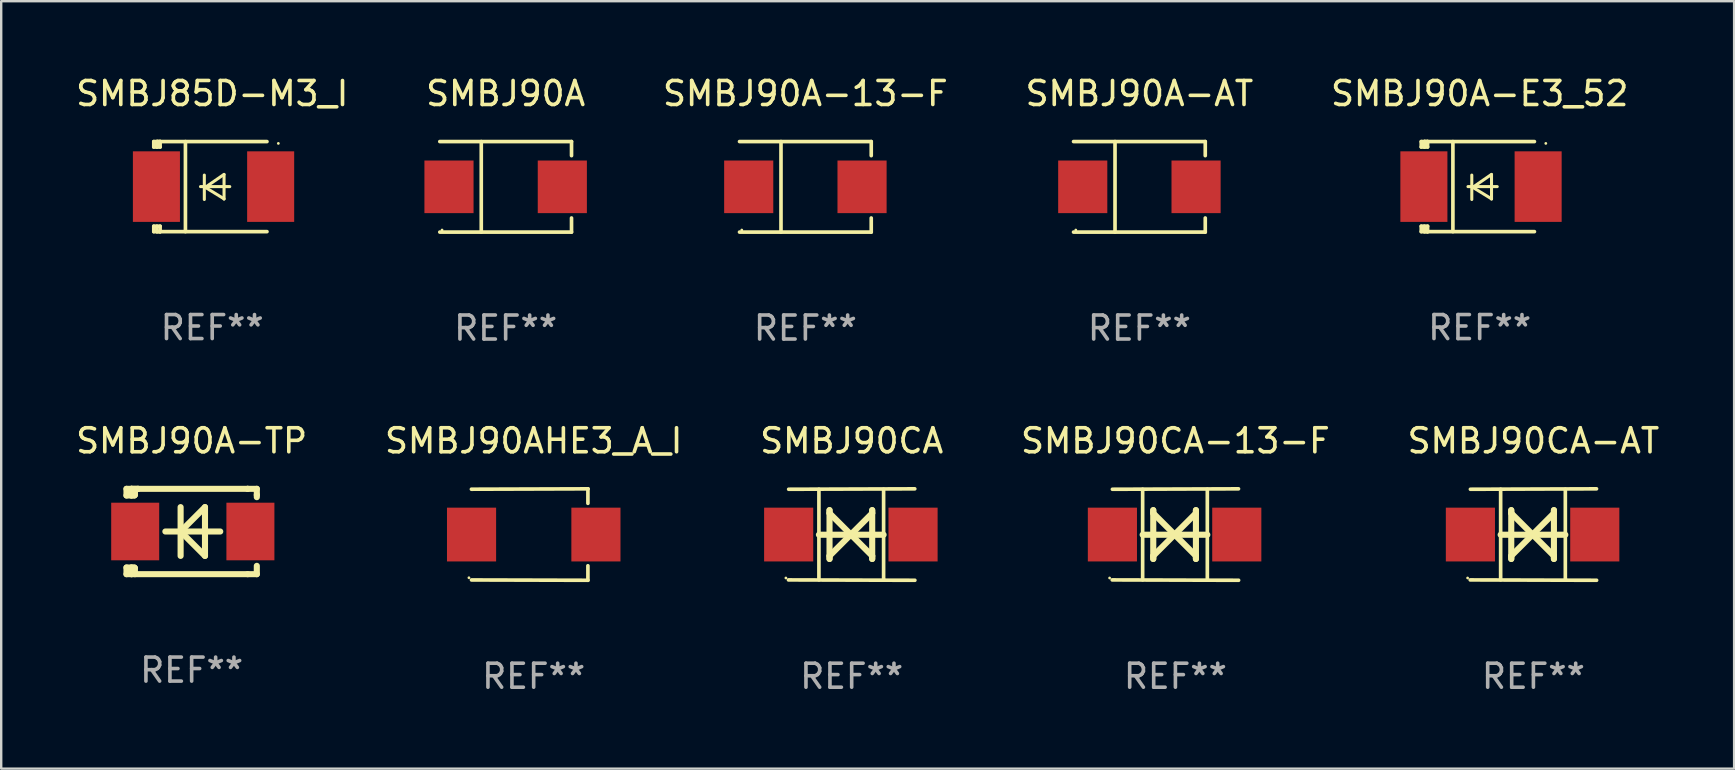
<source format=kicad_pcb>
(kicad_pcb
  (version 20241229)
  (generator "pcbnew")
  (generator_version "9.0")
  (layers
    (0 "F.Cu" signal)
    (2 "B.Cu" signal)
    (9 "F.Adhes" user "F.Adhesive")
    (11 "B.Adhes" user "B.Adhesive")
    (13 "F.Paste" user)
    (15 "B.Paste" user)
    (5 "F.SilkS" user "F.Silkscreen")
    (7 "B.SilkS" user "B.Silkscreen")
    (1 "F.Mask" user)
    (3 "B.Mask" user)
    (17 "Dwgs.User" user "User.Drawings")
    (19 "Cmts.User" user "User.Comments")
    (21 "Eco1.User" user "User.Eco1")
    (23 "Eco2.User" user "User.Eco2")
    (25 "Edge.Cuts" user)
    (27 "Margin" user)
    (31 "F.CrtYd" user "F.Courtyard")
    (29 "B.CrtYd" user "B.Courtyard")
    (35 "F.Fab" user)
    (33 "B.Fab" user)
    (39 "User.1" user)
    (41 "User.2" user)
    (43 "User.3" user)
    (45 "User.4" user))
  (footprint "SMBJ90A-E3_52"
    (layer "F.Cu")
    (at 58.601 4.725)
    (property "Reference" "SMBJ90A-E3_52" (at 0 -3.876 0) (layer "F.SilkS") (effects (font (size 1 1) (thickness 0.15))))
    (attr through_hole)
    (fp_line (start -2.435 1.65) (end -2.171 1.65) (stroke (width 0.152) (type solid)) (layer "F.SilkS"))
    (fp_line (start -2.435 1.876) (end -2.435 1.65) (stroke (width 0.152) (type solid)) (layer "F.SilkS"))
    (fp_line (start -2.435 -1.876) (end -2.171 -1.876) (stroke (width 0.152) (type solid)) (layer "F.SilkS"))
    (fp_line (start -2.435 -1.65) (end -2.435 -1.876) (stroke (width 0.152) (type solid)) (layer "F.SilkS"))
    (fp_line (start -2.305 -1.866) (end -2.295 -1.876) (stroke (width 0.152) (type solid)) (layer "F.SilkS"))
    (fp_line (start -2.305 -1.65) (end -2.305 -1.866) (stroke (width 0.152) (type solid)) (layer "F.SilkS"))
    (fp_line (start -2.305 1.876) (end -2.305 1.65) (stroke (width 0.152) (type solid)) (layer "F.SilkS"))
    (fp_line (start -2.295 -1.876) (end -2.295 -1.65) (stroke (width 0.152) (type solid)) (layer "F.SilkS"))
    (fp_line (start -2.171 1.876) (end -2.435 1.876) (stroke (width 0.152) (type solid)) (layer "F.SilkS"))
    (fp_line (start -2.171 -1.65) (end -2.435 -1.65) (stroke (width 0.152) (type solid)) (layer "F.SilkS"))
    (fp_line (start -2.171 -1.876) (end -2.295 -1.876) (stroke (width 0.152) (type solid)) (layer "F.SilkS"))
    (fp_line (start -2.171 -1.65) (end -2.171 -1.876) (stroke (width 0.152) (type solid)) (layer "F.SilkS"))
    (fp_line (start -2.171 1.876) (end -2.305 1.876) (stroke (width 0.152) (type solid)) (layer "F.SilkS"))
    (fp_line (start -2.171 1.876) (end -2.171 1.65) (stroke (width 0.152) (type solid)) (layer "F.SilkS"))
    (fp_line (start -1.116 1.876) (end -1.116 -1.876) (stroke (width 0.152) (type solid)) (layer "F.SilkS"))
    (fp_line (start -0.488 0.000102) (end 0.731 0.000102) (stroke (width 0.127) (type solid)) (layer "F.SilkS"))
    (fp_line (start -0.329 -0.48) (end -0.329 0.536) (stroke (width 0.127) (type solid)) (layer "F.SilkS"))
    (fp_line (start -0.29 0.03) (end 0.493 0.51) (stroke (width 0.127) (type solid)) (layer "F.SilkS"))
    (fp_line (start 0.493 -0.51) (end -0.29 0.03) (stroke (width 0.127) (type solid)) (layer "F.SilkS"))
    (fp_line (start 0.493 0.52) (end 0.493 -0.496) (stroke (width 0.127) (type solid)) (layer "F.SilkS"))
    (fp_line (start 2.281 -1.876) (end -2.171 -1.876) (stroke (width 0.152) (type solid)) (layer "F.SilkS"))
    (fp_line (start 2.281 1.876) (end -2.171 1.876) (stroke (width 0.152) (type solid)) (layer "F.SilkS"))
    (fp_circle (center 2.755 -1.8) (end 2.785 -1.8) (stroke (width 0.06) (type solid)) (fill no) (layer "F.SilkS"))
    (fp_text user "REF**" (at 0 5.876 0) (layer "F.Fab") (effects (font (size 1 1) (thickness 0.15))))
    (pad "1" smd rect (at 2.435 -0.000025 180) (size 1.96 2.94) (layers "F.Cu" "F.Mask" "F.Paste"))
    (pad "2" smd rect (at -2.325 -0.000025 180) (size 1.96 2.94) (layers "F.Cu" "F.Mask" "F.Paste")))
  (footprint "SMBJ90A-AT"
    (layer "F.Cu")
    (at 44.423 4.734)
    (property "Reference" "SMBJ90A-AT" (at 0 -3.886 0) (layer "F.SilkS") (effects (font (size 1 1) (thickness 0.15))))
    (attr through_hole)
    (fp_line (start -2.744 -1.886) (end 2.744 -1.886) (stroke (width 0.152) (type solid)) (layer "F.SilkS"))
    (fp_line (start -2.744 1.886) (end 2.744 1.886) (stroke (width 0.152) (type solid)) (layer "F.SilkS"))
    (fp_line (start -1.016 -1.886) (end -1.016 1.886) (stroke (width 0.152) (type solid)) (layer "F.SilkS"))
    (fp_line (start 2.744 -1.886) (end 2.744 -1.299) (stroke (width 0.152) (type solid)) (layer "F.SilkS"))
    (fp_line (start 2.744 1.886) (end 2.744 1.299) (stroke (width 0.152) (type solid)) (layer "F.SilkS"))
    (fp_circle (center -2.65 1.8) (end -2.62 1.8) (stroke (width 0.06) (type solid)) (fill no) (layer "F.SilkS"))
    (fp_text user "REF**" (at 0 5.886 0) (layer "F.Fab") (effects (font (size 1 1) (thickness 0.15))))
    (pad "1" smd rect (at -2.361 0) (size 2.047 2.192) (layers "F.Cu" "F.Mask" "F.Paste"))
    (pad "2" smd rect (at 2.361 0) (size 2.047 2.192) (layers "F.Cu" "F.Mask" "F.Paste")))
  (footprint "SMBJ90A-TP"
    (layer "F.Cu")
    (at 4.935 19.095)
    (property "Reference" "SMBJ90A-TP" (at 0 -3.778 0) (layer "F.SilkS") (effects (font (size 1 1) (thickness 0.15))))
    (attr through_hole)
    (fp_line (start -2.715 -1.778) (end -2.715 -1.501) (stroke (width 0.254) (type solid)) (layer "F.SilkS"))
    (fp_line (start -2.715 -1.501) (end -2.505 -1.501) (stroke (width 0.254) (type solid)) (layer "F.SilkS"))
    (fp_line (start -2.715 1.501) (end -2.715 1.778) (stroke (width 0.254) (type solid)) (layer "F.SilkS"))
    (fp_line (start -2.715 1.501) (end -2.505 1.501) (stroke (width 0.254) (type solid)) (layer "F.SilkS"))
    (fp_line (start -2.715 1.778) (end -2.504 1.778) (stroke (width 0.254) (type solid)) (layer "F.SilkS"))
    (fp_line (start -2.505 -1.778) (end -2.715 -1.778) (stroke (width 0.254) (type solid)) (layer "F.SilkS"))
    (fp_line (start -2.505 -1.778) (end -2.238 -1.778) (stroke (width 0.254) (type solid)) (layer "F.SilkS"))
    (fp_line (start -2.505 -1.501) (end -2.505 -1.651) (stroke (width 0.254) (type solid)) (layer "F.SilkS"))
    (fp_line (start -2.505 -1.501) (end -2.388 -1.501) (stroke (width 0.254) (type solid)) (layer "F.SilkS"))
    (fp_line (start -2.505 1.501) (end -2.505 1.778) (stroke (width 0.254) (type solid)) (layer "F.SilkS"))
    (fp_line (start -2.505 1.501) (end -2.388 1.501) (stroke (width 0.254) (type solid)) (layer "F.SilkS"))
    (fp_line (start -2.388 1.501) (end -2.365 1.524) (stroke (width 0.254) (type solid)) (layer "F.SilkS"))
    (fp_line (start -2.388 -1.501) (end -2.365 -1.524) (stroke (width 0.254) (type solid)) (layer "F.SilkS"))
    (fp_line (start -2.365 -1.651) (end -2.505 -1.778) (stroke (width 0.254) (type solid)) (layer "F.SilkS"))
    (fp_line (start -2.365 -1.524) (end -2.365 -1.651) (stroke (width 0.254) (type solid)) (layer "F.SilkS"))
    (fp_line (start -2.365 1.524) (end -2.365 1.778) (stroke (width 0.254) (type solid)) (layer "F.SilkS"))
    (fp_line (start -2.239 -1.778) (end 2.333 -1.778) (stroke (width 0.254) (type solid)) (layer "F.SilkS"))
    (fp_line (start -2.238 -1.778) (end -2.505 -1.778) (stroke (width 0.254) (type solid)) (layer "F.SilkS"))
    (fp_line (start -1.095 0) (end 1.191 0) (stroke (width 0.254) (type solid)) (layer "F.SilkS"))
    (fp_line (start -0.46 -1.016) (end -0.46 1.016) (stroke (width 0.254) (type solid)) (layer "F.SilkS"))
    (fp_line (start -0.46 -0.000127) (end 0.556 1.016) (stroke (width 0.254) (type solid)) (layer "F.SilkS"))
    (fp_line (start 0.556 -1.016) (end 0.556 1.016) (stroke (width 0.254) (type solid)) (layer "F.SilkS"))
    (fp_line (start 0.556 -1.016) (end -0.46 -0.000127) (stroke (width 0.254) (type solid)) (layer "F.SilkS"))
    (fp_line (start 2.333 -1.778) (end 2.333 -1.778) (stroke (width 0.254) (type solid)) (layer "F.SilkS"))
    (fp_line (start 2.333 -1.778) (end 2.715 -1.778) (stroke (width 0.254) (type solid)) (layer "F.SilkS"))
    (fp_line (start 2.334 1.778) (end -2.504 1.778) (stroke (width 0.254) (type solid)) (layer "F.SilkS"))
    (fp_line (start 2.715 -1.778) (end 2.715 -1.524) (stroke (width 0.254) (type solid)) (layer "F.SilkS"))
    (fp_line (start 2.715 -1.524) (end 2.715 -1.431) (stroke (width 0.254) (type solid)) (layer "F.SilkS"))
    (fp_line (start 2.715 1.431) (end 2.715 1.778) (stroke (width 0.254) (type solid)) (layer "F.SilkS"))
    (fp_line (start 2.715 1.778) (end 2.334 1.778) (stroke (width 0.254) (type solid)) (layer "F.SilkS"))
    (fp_circle (center -2.602 1.8) (end -2.572 1.8) (stroke (width 0.06) (type solid)) (fill no) (layer "F.SilkS"))
    (fp_text user "REF**" (at 0 5.778 0) (layer "F.Fab") (effects (font (size 1 1) (thickness 0.15))))
    (pad "1" smd rect (at -2.352 -0.000076) (size 2 2.4) (layers "F.Cu" "F.Mask" "F.Paste"))
    (pad "2" smd rect (at 2.448 -0.000076) (size 2 2.4) (layers "F.Cu" "F.Mask" "F.Paste")))
  (footprint "SMBJ90CA-13-F"
    (layer "F.Cu")
    (at 45.923 19.222)
    (property "Reference" "SMBJ90CA-13-F" (at 0 -3.905 0) (layer "F.SilkS") (effects (font (size 1 1) (thickness 0.15))))
    (attr through_hole)
    (fp_line (start -1.365 1.886) (end -1.365 -1.886) (stroke (width 0.152) (type solid)) (layer "F.SilkS"))
    (fp_line (start -1.365 0.008) (end 1.33 0.008) (stroke (width 0.254) (type solid)) (layer "F.SilkS"))
    (fp_line (start -0.923 -1.016) (end -0.923 1.016) (stroke (width 0.254) (type solid)) (layer "F.SilkS"))
    (fp_line (start -0.923 -0.889) (end -0.923 -1.016) (stroke (width 0.254) (type solid)) (layer "F.SilkS"))
    (fp_line (start -0.923 0.889) (end -0.034 0) (stroke (width 0.254) (type solid)) (layer "F.SilkS"))
    (fp_line (start -0.923 1.016) (end -0.923 0.889) (stroke (width 0.254) (type solid)) (layer "F.SilkS"))
    (fp_line (start -0.034 0) (end -0.923 -0.889) (stroke (width 0.254) (type solid)) (layer "F.SilkS"))
    (fp_line (start -0.034 0) (end 0.855 0.889) (stroke (width 0.254) (type solid)) (layer "F.SilkS"))
    (fp_line (start 0.855 -1.016) (end 0.855 -0.889) (stroke (width 0.254) (type solid)) (layer "F.SilkS"))
    (fp_line (start 0.855 -0.889) (end -0.034 0) (stroke (width 0.254) (type solid)) (layer "F.SilkS"))
    (fp_line (start 0.855 0.889) (end 0.855 1.016) (stroke (width 0.254) (type solid)) (layer "F.SilkS"))
    (fp_line (start 0.855 1.016) (end 0.855 -1.016) (stroke (width 0.254) (type solid)) (layer "F.SilkS"))
    (fp_line (start 1.33 1.886) (end 1.33 -1.886) (stroke (width 0.152) (type solid)) (layer "F.SilkS"))
    (fp_line (start 2.629 -1.905) (end -2.625 -1.887) (stroke (width 0.152) (type solid)) (layer "F.SilkS"))
    (fp_line (start 2.633 1.905) (end -2.633 1.89) (stroke (width 0.152) (type solid)) (layer "F.SilkS"))
    (fp_circle (center -2.741 1.81) (end -2.711 1.81) (stroke (width 0.06) (type solid)) (fill no) (layer "F.SilkS"))
    (fp_text user "REF**" (at 0 5.905 0) (layer "F.Fab") (effects (font (size 1 1) (thickness 0.15))))
    (pad "1" smd rect (at -2.625 0) (size 2.047 2.241) (layers "F.Cu" "F.Mask" "F.Paste"))
    (pad "2" smd rect (at 2.557 0) (size 2.047 2.241) (layers "F.Cu" "F.Mask" "F.Paste")))
  (footprint "SMBJ90A-13-F"
    (layer "F.Cu")
    (at 30.506 4.734)
    (property "Reference" "SMBJ90A-13-F" (at 0 -3.886 0) (layer "F.SilkS") (effects (font (size 1 1) (thickness 0.15))))
    (attr through_hole)
    (fp_line (start -2.744 -1.886) (end 2.744 -1.886) (stroke (width 0.152) (type solid)) (layer "F.SilkS"))
    (fp_line (start -2.744 1.886) (end 2.744 1.886) (stroke (width 0.152) (type solid)) (layer "F.SilkS"))
    (fp_line (start -1.016 -1.886) (end -1.016 1.886) (stroke (width 0.152) (type solid)) (layer "F.SilkS"))
    (fp_line (start 2.744 -1.886) (end 2.744 -1.299) (stroke (width 0.152) (type solid)) (layer "F.SilkS"))
    (fp_line (start 2.744 1.886) (end 2.744 1.299) (stroke (width 0.152) (type solid)) (layer "F.SilkS"))
    (fp_circle (center -2.65 1.8) (end -2.62 1.8) (stroke (width 0.06) (type solid)) (fill no) (layer "F.SilkS"))
    (fp_text user "REF**" (at 0 5.886 0) (layer "F.Fab") (effects (font (size 1 1) (thickness 0.15))))
    (pad "1" smd rect (at -2.361 0) (size 2.047 2.192) (layers "F.Cu" "F.Mask" "F.Paste"))
    (pad "2" smd rect (at 2.361 0) (size 2.047 2.192) (layers "F.Cu" "F.Mask" "F.Paste")))
  (footprint "SMBJ90CA"
    (layer "F.Cu")
    (at 32.435 19.222)
    (property "Reference" "SMBJ90CA" (at 0 -3.905 0) (layer "F.SilkS") (effects (font (size 1 1) (thickness 0.15))))
    (attr through_hole)
    (fp_line (start -1.365 1.886) (end -1.365 -1.886) (stroke (width 0.152) (type solid)) (layer "F.SilkS"))
    (fp_line (start -1.365 0.008) (end 1.33 0.008) (stroke (width 0.254) (type solid)) (layer "F.SilkS"))
    (fp_line (start -0.923 -1.016) (end -0.923 1.016) (stroke (width 0.254) (type solid)) (layer "F.SilkS"))
    (fp_line (start -0.923 -0.889) (end -0.923 -1.016) (stroke (width 0.254) (type solid)) (layer "F.SilkS"))
    (fp_line (start -0.923 0.889) (end -0.034 0) (stroke (width 0.254) (type solid)) (layer "F.SilkS"))
    (fp_line (start -0.923 1.016) (end -0.923 0.889) (stroke (width 0.254) (type solid)) (layer "F.SilkS"))
    (fp_line (start -0.034 0) (end -0.923 -0.889) (stroke (width 0.254) (type solid)) (layer "F.SilkS"))
    (fp_line (start -0.034 0) (end 0.855 0.889) (stroke (width 0.254) (type solid)) (layer "F.SilkS"))
    (fp_line (start 0.855 -1.016) (end 0.855 -0.889) (stroke (width 0.254) (type solid)) (layer "F.SilkS"))
    (fp_line (start 0.855 -0.889) (end -0.034 0) (stroke (width 0.254) (type solid)) (layer "F.SilkS"))
    (fp_line (start 0.855 0.889) (end 0.855 1.016) (stroke (width 0.254) (type solid)) (layer "F.SilkS"))
    (fp_line (start 0.855 1.016) (end 0.855 -1.016) (stroke (width 0.254) (type solid)) (layer "F.SilkS"))
    (fp_line (start 1.33 1.886) (end 1.33 -1.886) (stroke (width 0.152) (type solid)) (layer "F.SilkS"))
    (fp_line (start 2.629 -1.905) (end -2.625 -1.887) (stroke (width 0.152) (type solid)) (layer "F.SilkS"))
    (fp_line (start 2.633 1.905) (end -2.633 1.89) (stroke (width 0.152) (type solid)) (layer "F.SilkS"))
    (fp_circle (center -2.741 1.81) (end -2.711 1.81) (stroke (width 0.06) (type solid)) (fill no) (layer "F.SilkS"))
    (fp_text user "REF**" (at 0 5.905 0) (layer "F.Fab") (effects (font (size 1 1) (thickness 0.15))))
    (pad "1" smd rect (at -2.625 0) (size 2.047 2.241) (layers "F.Cu" "F.Mask" "F.Paste"))
    (pad "2" smd rect (at 2.557 0) (size 2.047 2.241) (layers "F.Cu" "F.Mask" "F.Paste")))
  (footprint "SMBJ85D-M3_I"
    (layer "F.Cu")
    (at 5.792 4.725)
    (property "Reference" "SMBJ85D-M3_I" (at 0 -3.876 0) (layer "F.SilkS") (effects (font (size 1 1) (thickness 0.15))))
    (attr through_hole)
    (fp_line (start -2.435 1.65) (end -2.171 1.65) (stroke (width 0.152) (type solid)) (layer "F.SilkS"))
    (fp_line (start -2.435 1.876) (end -2.435 1.65) (stroke (width 0.152) (type solid)) (layer "F.SilkS"))
    (fp_line (start -2.435 -1.876) (end -2.171 -1.876) (stroke (width 0.152) (type solid)) (layer "F.SilkS"))
    (fp_line (start -2.435 -1.65) (end -2.435 -1.876) (stroke (width 0.152) (type solid)) (layer "F.SilkS"))
    (fp_line (start -2.305 -1.866) (end -2.295 -1.876) (stroke (width 0.152) (type solid)) (layer "F.SilkS"))
    (fp_line (start -2.305 -1.65) (end -2.305 -1.866) (stroke (width 0.152) (type solid)) (layer "F.SilkS"))
    (fp_line (start -2.305 1.876) (end -2.305 1.65) (stroke (width 0.152) (type solid)) (layer "F.SilkS"))
    (fp_line (start -2.295 -1.876) (end -2.295 -1.65) (stroke (width 0.152) (type solid)) (layer "F.SilkS"))
    (fp_line (start -2.171 1.876) (end -2.435 1.876) (stroke (width 0.152) (type solid)) (layer "F.SilkS"))
    (fp_line (start -2.171 -1.65) (end -2.435 -1.65) (stroke (width 0.152) (type solid)) (layer "F.SilkS"))
    (fp_line (start -2.171 -1.876) (end -2.295 -1.876) (stroke (width 0.152) (type solid)) (layer "F.SilkS"))
    (fp_line (start -2.171 -1.65) (end -2.171 -1.876) (stroke (width 0.152) (type solid)) (layer "F.SilkS"))
    (fp_line (start -2.171 1.876) (end -2.305 1.876) (stroke (width 0.152) (type solid)) (layer "F.SilkS"))
    (fp_line (start -2.171 1.876) (end -2.171 1.65) (stroke (width 0.152) (type solid)) (layer "F.SilkS"))
    (fp_line (start -1.116 1.876) (end -1.116 -1.876) (stroke (width 0.152) (type solid)) (layer "F.SilkS"))
    (fp_line (start -0.488 0.000102) (end 0.731 0.000102) (stroke (width 0.127) (type solid)) (layer "F.SilkS"))
    (fp_line (start -0.329 -0.48) (end -0.329 0.536) (stroke (width 0.127) (type solid)) (layer "F.SilkS"))
    (fp_line (start -0.29 0.03) (end 0.493 0.51) (stroke (width 0.127) (type solid)) (layer "F.SilkS"))
    (fp_line (start 0.493 -0.51) (end -0.29 0.03) (stroke (width 0.127) (type solid)) (layer "F.SilkS"))
    (fp_line (start 0.493 0.52) (end 0.493 -0.496) (stroke (width 0.127) (type solid)) (layer "F.SilkS"))
    (fp_line (start 2.281 -1.876) (end -2.171 -1.876) (stroke (width 0.152) (type solid)) (layer "F.SilkS"))
    (fp_line (start 2.281 1.876) (end -2.171 1.876) (stroke (width 0.152) (type solid)) (layer "F.SilkS"))
    (fp_circle (center 2.755 -1.8) (end 2.785 -1.8) (stroke (width 0.06) (type solid)) (fill no) (layer "F.SilkS"))
    (fp_text user "REF**" (at 0 5.876 0) (layer "F.Fab") (effects (font (size 1 1) (thickness 0.15))))
    (pad "1" smd rect (at 2.435 -0.000025 180) (size 1.96 2.94) (layers "F.Cu" "F.Mask" "F.Paste"))
    (pad "2" smd rect (at -2.325 -0.000025 180) (size 1.96 2.94) (layers "F.Cu" "F.Mask" "F.Paste")))
  (footprint "SMBJ90A"
    (layer "F.Cu")
    (at 18.018 4.734)
    (property "Reference" "SMBJ90A" (at 0 -3.886 0) (layer "F.SilkS") (effects (font (size 1 1) (thickness 0.15))))
    (attr through_hole)
    (fp_line (start -2.744 -1.886) (end 2.744 -1.886) (stroke (width 0.152) (type solid)) (layer "F.SilkS"))
    (fp_line (start -2.744 1.886) (end 2.744 1.886) (stroke (width 0.152) (type solid)) (layer "F.SilkS"))
    (fp_line (start -1.016 -1.886) (end -1.016 1.886) (stroke (width 0.152) (type solid)) (layer "F.SilkS"))
    (fp_line (start 2.744 -1.886) (end 2.744 -1.299) (stroke (width 0.152) (type solid)) (layer "F.SilkS"))
    (fp_line (start 2.744 1.886) (end 2.744 1.299) (stroke (width 0.152) (type solid)) (layer "F.SilkS"))
    (fp_circle (center -2.65 1.8) (end -2.62 1.8) (stroke (width 0.06) (type solid)) (fill no) (layer "F.SilkS"))
    (fp_text user "REF**" (at 0 5.886 0) (layer "F.Fab") (effects (font (size 1 1) (thickness 0.15))))
    (pad "1" smd rect (at -2.361 0) (size 2.047 2.192) (layers "F.Cu" "F.Mask" "F.Paste"))
    (pad "2" smd rect (at 2.361 0) (size 2.047 2.192) (layers "F.Cu" "F.Mask" "F.Paste")))
  (footprint "SMBJ90AHE3_A_I"
    (layer "F.Cu")
    (at 19.185 19.222)
    (property "Reference" "SMBJ90AHE3_A_I" (at 0 -3.905 0) (layer "F.SilkS") (effects (font (size 1 1) (thickness 0.15))))
    (attr through_hole)
    (fp_line (start 2.256 -1.905) (end -2.594 -1.889) (stroke (width 0.152) (type solid)) (layer "F.SilkS"))
    (fp_line (start 2.256 -1.905) (end 2.26 -1.905) (stroke (width 0.152) (type solid)) (layer "F.SilkS"))
    (fp_line (start 2.26 -1.905) (end 2.26 -1.301) (stroke (width 0.152) (type solid)) (layer "F.SilkS"))
    (fp_line (start 2.26 1.301) (end 2.26 1.905) (stroke (width 0.152) (type solid)) (layer "F.SilkS"))
    (fp_line (start 2.26 1.905) (end -2.59 1.892) (stroke (width 0.152) (type solid)) (layer "F.SilkS"))
    (fp_circle (center -2.697 1.8) (end -2.667 1.8) (stroke (width 0.06) (type solid)) (fill no) (layer "F.SilkS"))
    (fp_text user "REF**" (at 0 5.905 0) (layer "F.Fab") (effects (font (size 1 1) (thickness 0.15))))
    (pad "1" smd rect (at -2.588 0) (size 2.047 2.241) (layers "F.Cu" "F.Mask" "F.Paste"))
    (pad "2" smd rect (at 2.594 0) (size 2.047 2.241) (layers "F.Cu" "F.Mask" "F.Paste")))
  (footprint "SMBJ90CA-AT"
    (layer "F.Cu")
    (at 60.839 19.222)
    (property "Reference" "SMBJ90CA-AT" (at 0 -3.905 0) (layer "F.SilkS") (effects (font (size 1 1) (thickness 0.15))))
    (attr through_hole)
    (fp_line (start -1.365 1.886) (end -1.365 -1.886) (stroke (width 0.152) (type solid)) (layer "F.SilkS"))
    (fp_line (start -1.365 0.008) (end 1.33 0.008) (stroke (width 0.254) (type solid)) (layer "F.SilkS"))
    (fp_line (start -0.923 -1.016) (end -0.923 1.016) (stroke (width 0.254) (type solid)) (layer "F.SilkS"))
    (fp_line (start -0.923 -0.889) (end -0.923 -1.016) (stroke (width 0.254) (type solid)) (layer "F.SilkS"))
    (fp_line (start -0.923 0.889) (end -0.034 0) (stroke (width 0.254) (type solid)) (layer "F.SilkS"))
    (fp_line (start -0.923 1.016) (end -0.923 0.889) (stroke (width 0.254) (type solid)) (layer "F.SilkS"))
    (fp_line (start -0.034 0) (end -0.923 -0.889) (stroke (width 0.254) (type solid)) (layer "F.SilkS"))
    (fp_line (start -0.034 0) (end 0.855 0.889) (stroke (width 0.254) (type solid)) (layer "F.SilkS"))
    (fp_line (start 0.855 -1.016) (end 0.855 -0.889) (stroke (width 0.254) (type solid)) (layer "F.SilkS"))
    (fp_line (start 0.855 -0.889) (end -0.034 0) (stroke (width 0.254) (type solid)) (layer "F.SilkS"))
    (fp_line (start 0.855 0.889) (end 0.855 1.016) (stroke (width 0.254) (type solid)) (layer "F.SilkS"))
    (fp_line (start 0.855 1.016) (end 0.855 -1.016) (stroke (width 0.254) (type solid)) (layer "F.SilkS"))
    (fp_line (start 1.33 1.886) (end 1.33 -1.886) (stroke (width 0.152) (type solid)) (layer "F.SilkS"))
    (fp_line (start 2.629 -1.905) (end -2.625 -1.887) (stroke (width 0.152) (type solid)) (layer "F.SilkS"))
    (fp_line (start 2.633 1.905) (end -2.633 1.89) (stroke (width 0.152) (type solid)) (layer "F.SilkS"))
    (fp_circle (center -2.741 1.81) (end -2.711 1.81) (stroke (width 0.06) (type solid)) (fill no) (layer "F.SilkS"))
    (fp_text user "REF**" (at 0 5.905 0) (layer "F.Fab") (effects (font (size 1 1) (thickness 0.15))))
    (pad "1" smd rect (at -2.625 0) (size 2.047 2.241) (layers "F.Cu" "F.Mask" "F.Paste"))
    (pad "2" smd rect (at 2.557 0) (size 2.047 2.241) (layers "F.Cu" "F.Mask" "F.Paste")))
  (gr_rect
    (start -3 -3)
    (end 69.202 28.975)
    (stroke (width 0.1) (type default))
    (fill no)
    (layer "Edge.Cuts")))
</source>
